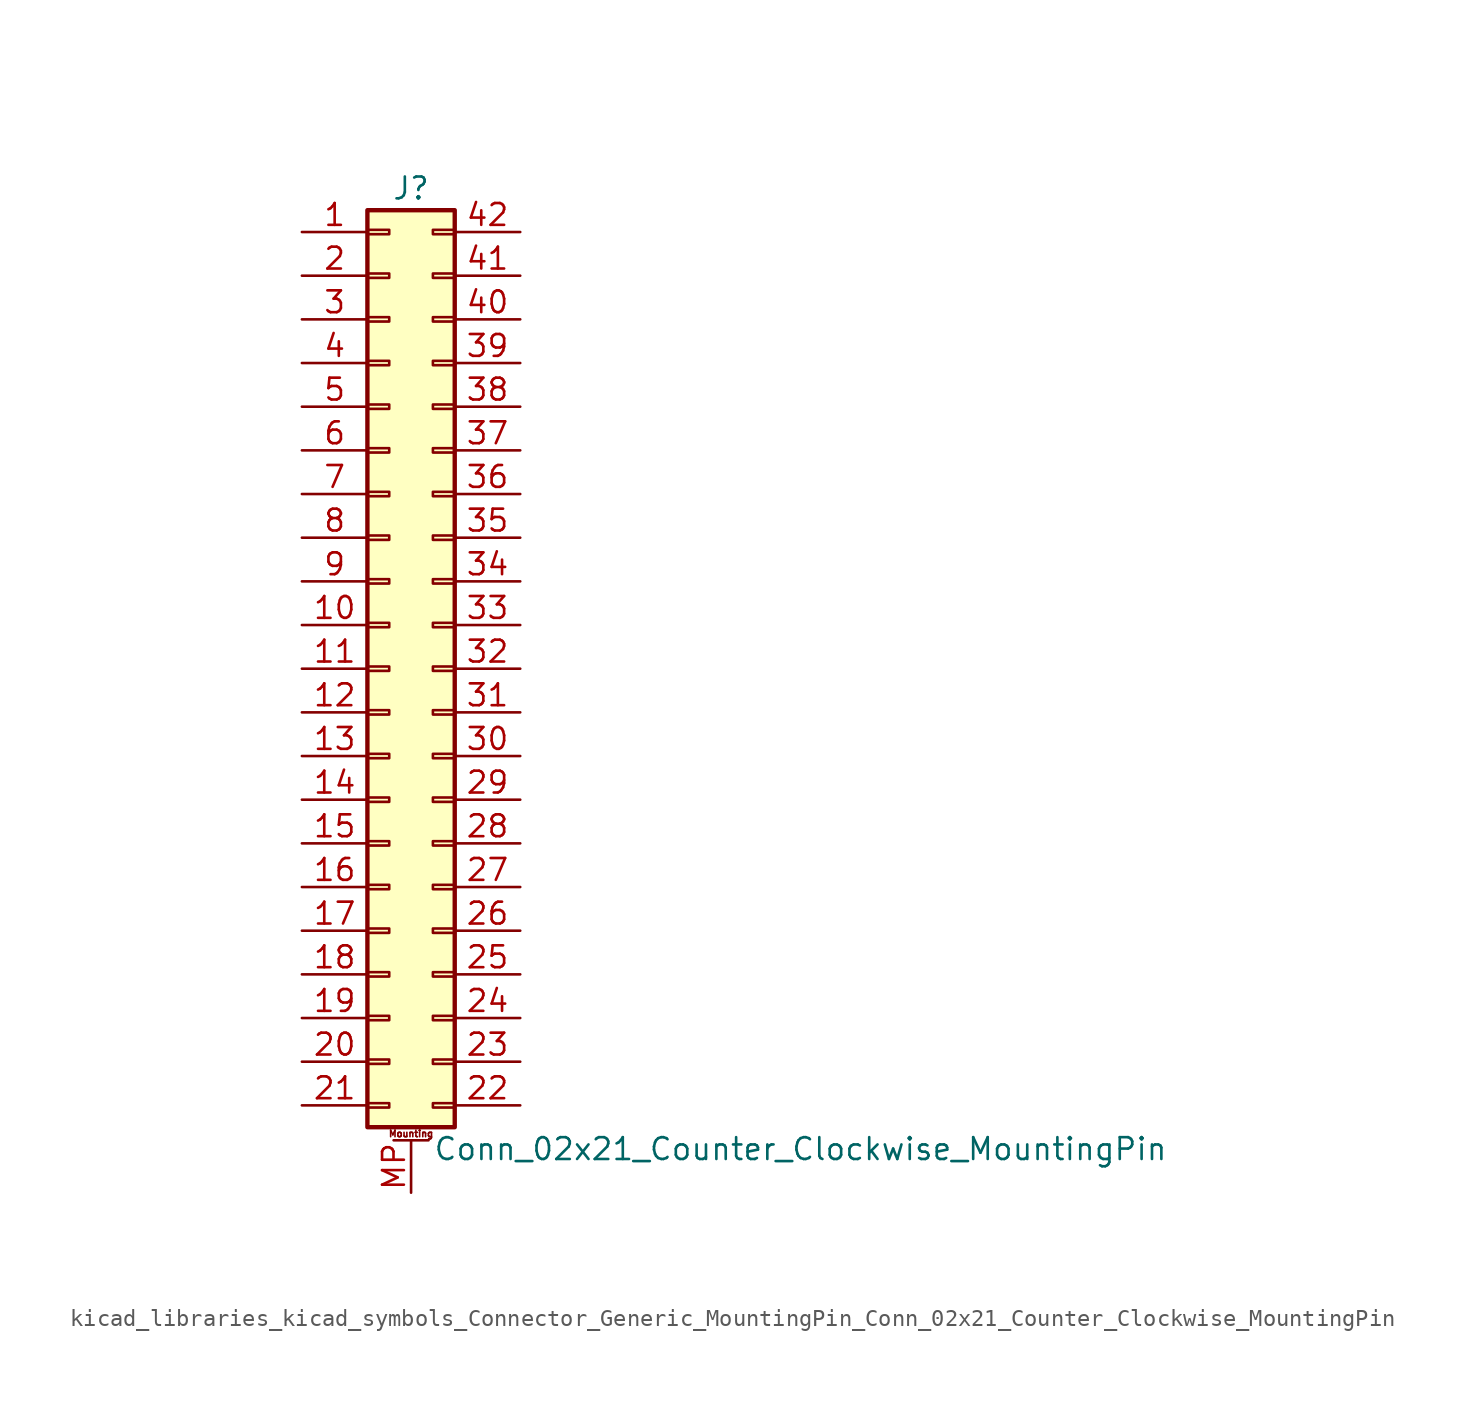
<source format=kicad_sym>
(kicad_symbol_lib
  (version 20220914)
  (generator kicad_symbol_editor)
  (symbol "kicad_libraries_kicad_symbols_Connector_Generic_MountingPin_Conn_02x21_Counter_Clockwise_MountingPin"
    (pin_names
      (offset 1.016) hide)
    (property "Reference" "J"
      (at 1.27 27.94 0)
      (effects (font (size 1.27 1.27))))
    (property "Value" "Conn_02x21_Counter_Clockwise_MountingPin"
      (at 2.54 -27.94 0)
      (effects (font (size 1.27 1.27)) (justify left)))
    (symbol "kicad_libraries_kicad_symbols_Connector_Generic_MountingPin_Conn_02x21_Counter_Clockwise_MountingPin_1_1"
      (rectangle (start -1.27 -25.273) (end 0 -25.527) (stroke (width 0.152) (type default)) (fill (type none)))
      (rectangle (start -1.27 -22.733) (end 0 -22.987) (stroke (width 0.152) (type default)) (fill (type none)))
      (rectangle (start -1.27 -20.193) (end 0 -20.447) (stroke (width 0.152) (type default)) (fill (type none)))
      (rectangle (start -1.27 -17.653) (end 0 -17.907) (stroke (width 0.152) (type default)) (fill (type none)))
      (rectangle (start -1.27 -15.113) (end 0 -15.367) (stroke (width 0.152) (type default)) (fill (type none)))
      (rectangle (start -1.27 -12.573) (end 0 -12.827) (stroke (width 0.152) (type default)) (fill (type none)))
      (rectangle (start -1.27 -10.033) (end 0 -10.287) (stroke (width 0.152) (type default)) (fill (type none)))
      (rectangle (start -1.27 -7.493) (end 0 -7.747) (stroke (width 0.152) (type default)) (fill (type none)))
      (rectangle (start -1.27 -4.953) (end 0 -5.207) (stroke (width 0.152) (type default)) (fill (type none)))
      (rectangle (start -1.27 -2.413) (end 0 -2.667) (stroke (width 0.152) (type default)) (fill (type none)))
      (rectangle (start -1.27 0.127) (end 0 -0.127) (stroke (width 0.152) (type default)) (fill (type none)))
      (rectangle (start -1.27 2.667) (end 0 2.413) (stroke (width 0.152) (type default)) (fill (type none)))
      (rectangle (start -1.27 5.207) (end 0 4.953) (stroke (width 0.152) (type default)) (fill (type none)))
      (rectangle (start -1.27 7.747) (end 0 7.493) (stroke (width 0.152) (type default)) (fill (type none)))
      (rectangle (start -1.27 10.287) (end 0 10.033) (stroke (width 0.152) (type default)) (fill (type none)))
      (rectangle (start -1.27 12.827) (end 0 12.573) (stroke (width 0.152) (type default)) (fill (type none)))
      (rectangle (start -1.27 15.367) (end 0 15.113) (stroke (width 0.152) (type default)) (fill (type none)))
      (rectangle (start -1.27 17.907) (end 0 17.653) (stroke (width 0.152) (type default)) (fill (type none)))
      (rectangle (start -1.27 20.447) (end 0 20.193) (stroke (width 0.152) (type default)) (fill (type none)))
      (rectangle (start -1.27 22.987) (end 0 22.733) (stroke (width 0.152) (type default)) (fill (type none)))
      (rectangle (start -1.27 25.527) (end 0 25.273) (stroke (width 0.152) (type default)) (fill (type none)))
      (rectangle (start -1.27 26.67) (end 3.81 -26.67) (stroke (width 0.254) (type default)) (fill (type background)))
      (polyline (pts (xy 0.254 -27.432) (xy 2.286 -27.432)) (stroke (width 0.152) (type default)) (fill (type none)))
      (rectangle (start 3.81 -25.273) (end 2.54 -25.527) (stroke (width 0.152) (type default)) (fill (type none)))
      (rectangle (start 3.81 -22.733) (end 2.54 -22.987) (stroke (width 0.152) (type default)) (fill (type none)))
      (rectangle (start 3.81 -20.193) (end 2.54 -20.447) (stroke (width 0.152) (type default)) (fill (type none)))
      (rectangle (start 3.81 -17.653) (end 2.54 -17.907) (stroke (width 0.152) (type default)) (fill (type none)))
      (rectangle (start 3.81 -15.113) (end 2.54 -15.367) (stroke (width 0.152) (type default)) (fill (type none)))
      (rectangle (start 3.81 -12.573) (end 2.54 -12.827) (stroke (width 0.152) (type default)) (fill (type none)))
      (rectangle (start 3.81 -10.033) (end 2.54 -10.287) (stroke (width 0.152) (type default)) (fill (type none)))
      (rectangle (start 3.81 -7.493) (end 2.54 -7.747) (stroke (width 0.152) (type default)) (fill (type none)))
      (rectangle (start 3.81 -4.953) (end 2.54 -5.207) (stroke (width 0.152) (type default)) (fill (type none)))
      (rectangle (start 3.81 -2.413) (end 2.54 -2.667) (stroke (width 0.152) (type default)) (fill (type none)))
      (rectangle (start 3.81 0.127) (end 2.54 -0.127) (stroke (width 0.152) (type default)) (fill (type none)))
      (rectangle (start 3.81 2.667) (end 2.54 2.413) (stroke (width 0.152) (type default)) (fill (type none)))
      (rectangle (start 3.81 5.207) (end 2.54 4.953) (stroke (width 0.152) (type default)) (fill (type none)))
      (rectangle (start 3.81 7.747) (end 2.54 7.493) (stroke (width 0.152) (type default)) (fill (type none)))
      (rectangle (start 3.81 10.287) (end 2.54 10.033) (stroke (width 0.152) (type default)) (fill (type none)))
      (rectangle (start 3.81 12.827) (end 2.54 12.573) (stroke (width 0.152) (type default)) (fill (type none)))
      (rectangle (start 3.81 15.367) (end 2.54 15.113) (stroke (width 0.152) (type default)) (fill (type none)))
      (rectangle (start 3.81 17.907) (end 2.54 17.653) (stroke (width 0.152) (type default)) (fill (type none)))
      (rectangle (start 3.81 20.447) (end 2.54 20.193) (stroke (width 0.152) (type default)) (fill (type none)))
      (rectangle (start 3.81 22.987) (end 2.54 22.733) (stroke (width 0.152) (type default)) (fill (type none)))
      (rectangle (start 3.81 25.527) (end 2.54 25.273) (stroke (width 0.152) (type default)) (fill (type none)))
      (text "Mounting" (at 1.27 -27.051 0) (effects (font (size 0.381 0.381))))
      (pin passive line (at -5.08 25.4 0) (length 3.81) (name "Pin_1" (effects (font (size 1.27 1.27)))) (number "1" (effects (font (size 1.27 1.27)))))
      (pin passive line (at -5.08 2.54 0) (length 3.81) (name "Pin_10" (effects (font (size 1.27 1.27)))) (number "10" (effects (font (size 1.27 1.27)))))
      (pin passive line (at -5.08 0 0) (length 3.81) (name "Pin_11" (effects (font (size 1.27 1.27)))) (number "11" (effects (font (size 1.27 1.27)))))
      (pin passive line (at -5.08 -2.54 0) (length 3.81) (name "Pin_12" (effects (font (size 1.27 1.27)))) (number "12" (effects (font (size 1.27 1.27)))))
      (pin passive line (at -5.08 -5.08 0) (length 3.81) (name "Pin_13" (effects (font (size 1.27 1.27)))) (number "13" (effects (font (size 1.27 1.27)))))
      (pin passive line (at -5.08 -7.62 0) (length 3.81) (name "Pin_14" (effects (font (size 1.27 1.27)))) (number "14" (effects (font (size 1.27 1.27)))))
      (pin passive line (at -5.08 -10.16 0) (length 3.81) (name "Pin_15" (effects (font (size 1.27 1.27)))) (number "15" (effects (font (size 1.27 1.27)))))
      (pin passive line (at -5.08 -12.7 0) (length 3.81) (name "Pin_16" (effects (font (size 1.27 1.27)))) (number "16" (effects (font (size 1.27 1.27)))))
      (pin passive line (at -5.08 -15.24 0) (length 3.81) (name "Pin_17" (effects (font (size 1.27 1.27)))) (number "17" (effects (font (size 1.27 1.27)))))
      (pin passive line (at -5.08 -17.78 0) (length 3.81) (name "Pin_18" (effects (font (size 1.27 1.27)))) (number "18" (effects (font (size 1.27 1.27)))))
      (pin passive line (at -5.08 -20.32 0) (length 3.81) (name "Pin_19" (effects (font (size 1.27 1.27)))) (number "19" (effects (font (size 1.27 1.27)))))
      (pin passive line (at -5.08 22.86 0) (length 3.81) (name "Pin_2" (effects (font (size 1.27 1.27)))) (number "2" (effects (font (size 1.27 1.27)))))
      (pin passive line (at -5.08 -22.86 0) (length 3.81) (name "Pin_20" (effects (font (size 1.27 1.27)))) (number "20" (effects (font (size 1.27 1.27)))))
      (pin passive line (at -5.08 -25.4 0) (length 3.81) (name "Pin_21" (effects (font (size 1.27 1.27)))) (number "21" (effects (font (size 1.27 1.27)))))
      (pin passive line (at 7.62 -25.4 180) (length 3.81) (name "Pin_22" (effects (font (size 1.27 1.27)))) (number "22" (effects (font (size 1.27 1.27)))))
      (pin passive line (at 7.62 -22.86 180) (length 3.81) (name "Pin_23" (effects (font (size 1.27 1.27)))) (number "23" (effects (font (size 1.27 1.27)))))
      (pin passive line (at 7.62 -20.32 180) (length 3.81) (name "Pin_24" (effects (font (size 1.27 1.27)))) (number "24" (effects (font (size 1.27 1.27)))))
      (pin passive line (at 7.62 -17.78 180) (length 3.81) (name "Pin_25" (effects (font (size 1.27 1.27)))) (number "25" (effects (font (size 1.27 1.27)))))
      (pin passive line (at 7.62 -15.24 180) (length 3.81) (name "Pin_26" (effects (font (size 1.27 1.27)))) (number "26" (effects (font (size 1.27 1.27)))))
      (pin passive line (at 7.62 -12.7 180) (length 3.81) (name "Pin_27" (effects (font (size 1.27 1.27)))) (number "27" (effects (font (size 1.27 1.27)))))
      (pin passive line (at 7.62 -10.16 180) (length 3.81) (name "Pin_28" (effects (font (size 1.27 1.27)))) (number "28" (effects (font (size 1.27 1.27)))))
      (pin passive line (at 7.62 -7.62 180) (length 3.81) (name "Pin_29" (effects (font (size 1.27 1.27)))) (number "29" (effects (font (size 1.27 1.27)))))
      (pin passive line (at -5.08 20.32 0) (length 3.81) (name "Pin_3" (effects (font (size 1.27 1.27)))) (number "3" (effects (font (size 1.27 1.27)))))
      (pin passive line (at 7.62 -5.08 180) (length 3.81) (name "Pin_30" (effects (font (size 1.27 1.27)))) (number "30" (effects (font (size 1.27 1.27)))))
      (pin passive line (at 7.62 -2.54 180) (length 3.81) (name "Pin_31" (effects (font (size 1.27 1.27)))) (number "31" (effects (font (size 1.27 1.27)))))
      (pin passive line (at 7.62 0 180) (length 3.81) (name "Pin_32" (effects (font (size 1.27 1.27)))) (number "32" (effects (font (size 1.27 1.27)))))
      (pin passive line (at 7.62 2.54 180) (length 3.81) (name "Pin_33" (effects (font (size 1.27 1.27)))) (number "33" (effects (font (size 1.27 1.27)))))
      (pin passive line (at 7.62 5.08 180) (length 3.81) (name "Pin_34" (effects (font (size 1.27 1.27)))) (number "34" (effects (font (size 1.27 1.27)))))
      (pin passive line (at 7.62 7.62 180) (length 3.81) (name "Pin_35" (effects (font (size 1.27 1.27)))) (number "35" (effects (font (size 1.27 1.27)))))
      (pin passive line (at 7.62 10.16 180) (length 3.81) (name "Pin_36" (effects (font (size 1.27 1.27)))) (number "36" (effects (font (size 1.27 1.27)))))
      (pin passive line (at 7.62 12.7 180) (length 3.81) (name "Pin_37" (effects (font (size 1.27 1.27)))) (number "37" (effects (font (size 1.27 1.27)))))
      (pin passive line (at 7.62 15.24 180) (length 3.81) (name "Pin_38" (effects (font (size 1.27 1.27)))) (number "38" (effects (font (size 1.27 1.27)))))
      (pin passive line (at 7.62 17.78 180) (length 3.81) (name "Pin_39" (effects (font (size 1.27 1.27)))) (number "39" (effects (font (size 1.27 1.27)))))
      (pin passive line (at -5.08 17.78 0) (length 3.81) (name "Pin_4" (effects (font (size 1.27 1.27)))) (number "4" (effects (font (size 1.27 1.27)))))
      (pin passive line (at 7.62 20.32 180) (length 3.81) (name "Pin_40" (effects (font (size 1.27 1.27)))) (number "40" (effects (font (size 1.27 1.27)))))
      (pin passive line (at 7.62 22.86 180) (length 3.81) (name "Pin_41" (effects (font (size 1.27 1.27)))) (number "41" (effects (font (size 1.27 1.27)))))
      (pin passive line (at 7.62 25.4 180) (length 3.81) (name "Pin_42" (effects (font (size 1.27 1.27)))) (number "42" (effects (font (size 1.27 1.27)))))
      (pin passive line (at -5.08 15.24 0) (length 3.81) (name "Pin_5" (effects (font (size 1.27 1.27)))) (number "5" (effects (font (size 1.27 1.27)))))
      (pin passive line (at -5.08 12.7 0) (length 3.81) (name "Pin_6" (effects (font (size 1.27 1.27)))) (number "6" (effects (font (size 1.27 1.27)))))
      (pin passive line (at -5.08 10.16 0) (length 3.81) (name "Pin_7" (effects (font (size 1.27 1.27)))) (number "7" (effects (font (size 1.27 1.27)))))
      (pin passive line (at -5.08 7.62 0) (length 3.81) (name "Pin_8" (effects (font (size 1.27 1.27)))) (number "8" (effects (font (size 1.27 1.27)))))
      (pin passive line (at -5.08 5.08 0) (length 3.81) (name "Pin_9" (effects (font (size 1.27 1.27)))) (number "9" (effects (font (size 1.27 1.27)))))
      (pin passive line (at 1.27 -30.48 90) (length 3.048) (name "MountPin" (effects (font (size 1.27 1.27)))) (number "MP" (effects (font (size 1.27 1.27))))))))
</source>
